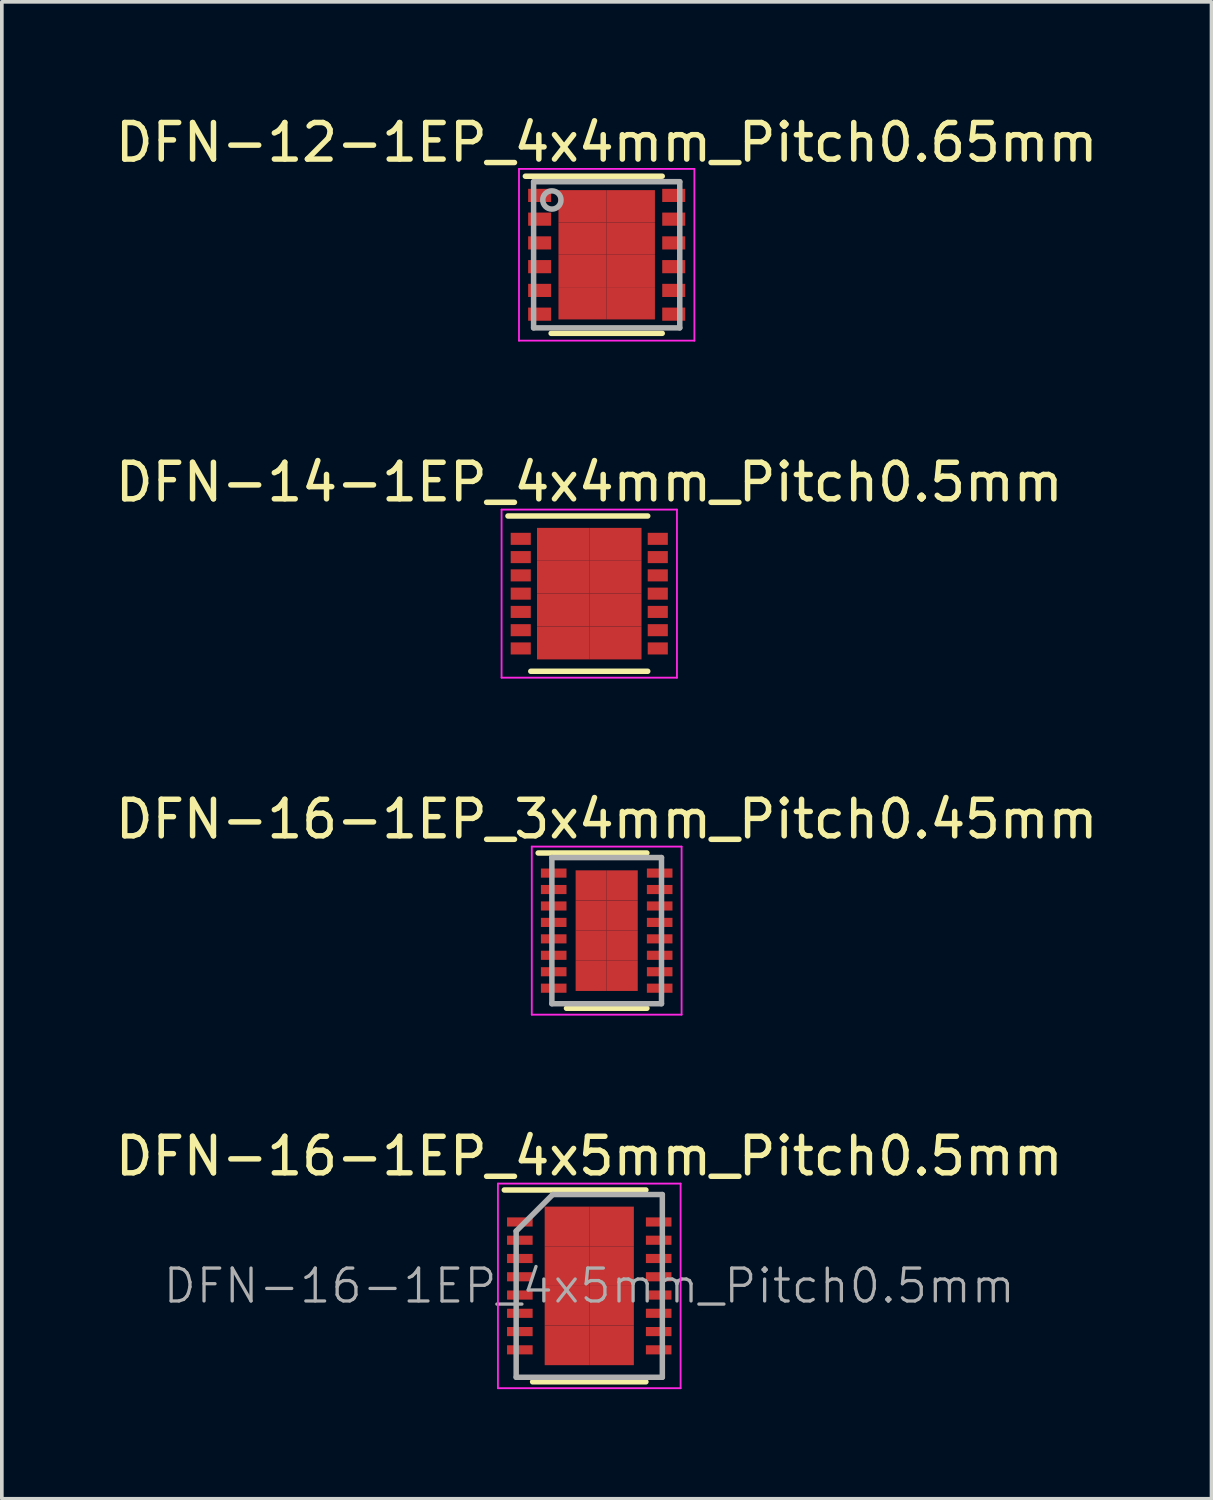
<source format=kicad_pcb>
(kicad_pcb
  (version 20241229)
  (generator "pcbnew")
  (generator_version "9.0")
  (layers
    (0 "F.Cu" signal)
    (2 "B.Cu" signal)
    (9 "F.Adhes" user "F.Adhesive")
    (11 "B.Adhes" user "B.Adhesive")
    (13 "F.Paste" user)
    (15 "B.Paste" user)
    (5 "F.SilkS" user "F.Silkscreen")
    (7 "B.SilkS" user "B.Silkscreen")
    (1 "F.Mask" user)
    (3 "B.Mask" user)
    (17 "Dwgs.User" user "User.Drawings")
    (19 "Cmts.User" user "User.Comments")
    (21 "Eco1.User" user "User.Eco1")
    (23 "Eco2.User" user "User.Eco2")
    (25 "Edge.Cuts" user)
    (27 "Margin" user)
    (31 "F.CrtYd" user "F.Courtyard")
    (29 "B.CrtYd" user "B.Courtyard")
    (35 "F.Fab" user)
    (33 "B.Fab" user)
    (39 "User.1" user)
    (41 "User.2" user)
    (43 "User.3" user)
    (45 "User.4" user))
  (footprint "DFN-14-1EP_4x4mm_Pitch0.5mm"
    (layer "F.Cu")
    (at 13.077 13.197)
    (property "Reference" "DFN-14-1EP_4x4mm_Pitch0.5mm" (at 0 -3.05 0) (layer "F.SilkS") (effects (font (size 1 1) (thickness 0.15))))
    (attr smd)
    (fp_line (start -2.225 -2.125) (end 1.6 -2.125) (stroke (width 0.15) (type solid)) (layer "F.SilkS"))
    (fp_line (start -1.6 2.125) (end 1.6 2.125) (stroke (width 0.15) (type solid)) (layer "F.SilkS"))
    (fp_line (start -2.4 -2.3) (end -2.4 2.3) (stroke (width 0.05) (type solid)) (layer "F.CrtYd"))
    (fp_line (start -2.4 -2.3) (end 2.4 -2.3) (stroke (width 0.05) (type solid)) (layer "F.CrtYd"))
    (fp_line (start -2.4 2.3) (end 2.4 2.3) (stroke (width 0.05) (type solid)) (layer "F.CrtYd"))
    (fp_line (start 2.4 -2.3) (end 2.4 2.3) (stroke (width 0.05) (type solid)) (layer "F.CrtYd"))
    (pad "1" smd rect (at -1.875 -1.5) (size 0.55 0.33) (layers "F.Cu" "F.Mask" "F.Paste"))
    (pad "2" smd rect (at -1.875 -1) (size 0.55 0.33) (layers "F.Cu" "F.Mask" "F.Paste"))
    (pad "3" smd rect (at -1.875 -0.5) (size 0.55 0.33) (layers "F.Cu" "F.Mask" "F.Paste"))
    (pad "4" smd rect (at -1.875 0) (size 0.55 0.33) (layers "F.Cu" "F.Mask" "F.Paste"))
    (pad "5" smd rect (at -1.875 0.5) (size 0.55 0.33) (layers "F.Cu" "F.Mask" "F.Paste"))
    (pad "6" smd rect (at -1.875 1) (size 0.55 0.33) (layers "F.Cu" "F.Mask" "F.Paste"))
    (pad "7" smd rect (at -1.875 1.5) (size 0.55 0.33) (layers "F.Cu" "F.Mask" "F.Paste"))
    (pad "8" smd rect (at 1.875 1.5) (size 0.55 0.33) (layers "F.Cu" "F.Mask" "F.Paste"))
    (pad "9" smd rect (at 1.875 1) (size 0.55 0.33) (layers "F.Cu" "F.Mask" "F.Paste"))
    (pad "10" smd rect (at 1.875 0.5) (size 0.55 0.33) (layers "F.Cu" "F.Mask" "F.Paste"))
    (pad "11" smd rect (at 1.875 0) (size 0.55 0.33) (layers "F.Cu" "F.Mask" "F.Paste"))
    (pad "12" smd rect (at 1.875 -0.5) (size 0.55 0.33) (layers "F.Cu" "F.Mask" "F.Paste"))
    (pad "13" smd rect (at 1.875 -1) (size 0.55 0.33) (layers "F.Cu" "F.Mask" "F.Paste"))
    (pad "14" smd rect (at 1.875 -1.5) (size 0.55 0.33) (layers "F.Cu" "F.Mask" "F.Paste"))
    (pad "15" smd rect (at -0.715 -1.35) (size 1.43 0.9) (layers "F.Cu" "F.Mask" "F.Paste"))
    (pad "15" smd rect (at -0.715 -0.45) (size 1.43 0.9) (layers "F.Cu" "F.Mask" "F.Paste"))
    (pad "15" smd rect (at -0.715 0.45) (size 1.43 0.9) (layers "F.Cu" "F.Mask" "F.Paste"))
    (pad "15" smd rect (at -0.715 1.35) (size 1.43 0.9) (layers "F.Cu" "F.Mask" "F.Paste"))
    (pad "15" smd rect (at 0.715 -1.35) (size 1.43 0.9) (layers "F.Cu" "F.Mask" "F.Paste"))
    (pad "15" smd rect (at 0.715 -0.45) (size 1.43 0.9) (layers "F.Cu" "F.Mask" "F.Paste"))
    (pad "15" smd rect (at 0.715 0.45) (size 1.43 0.9) (layers "F.Cu" "F.Mask" "F.Paste"))
    (pad "15" smd rect (at 0.715 1.35) (size 1.43 0.9) (layers "F.Cu" "F.Mask" "F.Paste")))
  (footprint "DFN-12-1EP_4x4mm_Pitch0.65mm"
    (layer "F.Cu")
    (at 13.554 3.923)
    (property "Reference" "DFN-12-1EP_4x4mm_Pitch0.65mm" (at 0 -3.075 0) (layer "F.SilkS") (effects (font (size 1 1) (thickness 0.15))))
    (attr smd)
    (fp_line (start -2.225 -2.15) (end 1.52 -2.15) (stroke (width 0.15) (type solid)) (layer "F.SilkS"))
    (fp_line (start -1.52 2.15) (end 1.52 2.15) (stroke (width 0.15) (type solid)) (layer "F.SilkS"))
    (fp_line (start -2.4 -2.35) (end -2.4 2.35) (stroke (width 0.05) (type solid)) (layer "F.CrtYd"))
    (fp_line (start -2.4 -2.35) (end 2.4 -2.35) (stroke (width 0.05) (type solid)) (layer "F.CrtYd"))
    (fp_line (start -2.4 2.35) (end 2.4 2.35) (stroke (width 0.05) (type solid)) (layer "F.CrtYd"))
    (fp_line (start 2.4 -2.35) (end 2.4 2.35) (stroke (width 0.05) (type solid)) (layer "F.CrtYd"))
    (fp_line (start -2 -2) (end 2 -2) (stroke (width 0.15) (type solid)) (layer "F.Fab"))
    (fp_line (start -2 2) (end -2 -2) (stroke (width 0.15) (type solid)) (layer "F.Fab"))
    (fp_line (start 2 -2) (end 2 2) (stroke (width 0.15) (type solid)) (layer "F.Fab"))
    (fp_line (start 2 2) (end -2 2) (stroke (width 0.15) (type solid)) (layer "F.Fab"))
    (fp_circle (center -1.5 -1.5) (end -1.75 -1.5) (stroke (width 0.15) (type solid)) (fill no) (layer "F.Fab"))
    (pad "1" smd rect (at -1.835 -1.625) (size 0.63 0.36) (layers "F.Cu" "F.Mask" "F.Paste"))
    (pad "2" smd rect (at -1.835 -0.975) (size 0.63 0.36) (layers "F.Cu" "F.Mask" "F.Paste"))
    (pad "3" smd rect (at -1.835 -0.325) (size 0.63 0.36) (layers "F.Cu" "F.Mask" "F.Paste"))
    (pad "4" smd rect (at -1.835 0.325) (size 0.63 0.36) (layers "F.Cu" "F.Mask" "F.Paste"))
    (pad "5" smd rect (at -1.835 0.975) (size 0.63 0.36) (layers "F.Cu" "F.Mask" "F.Paste"))
    (pad "6" smd rect (at -1.835 1.625) (size 0.63 0.36) (layers "F.Cu" "F.Mask" "F.Paste"))
    (pad "7" smd rect (at 1.835 1.625) (size 0.63 0.36) (layers "F.Cu" "F.Mask" "F.Paste"))
    (pad "8" smd rect (at 1.835 0.975) (size 0.63 0.36) (layers "F.Cu" "F.Mask" "F.Paste"))
    (pad "9" smd rect (at 1.835 0.325) (size 0.63 0.36) (layers "F.Cu" "F.Mask" "F.Paste"))
    (pad "10" smd rect (at 1.835 -0.325) (size 0.63 0.36) (layers "F.Cu" "F.Mask" "F.Paste"))
    (pad "11" smd rect (at 1.835 -0.975) (size 0.63 0.36) (layers "F.Cu" "F.Mask" "F.Paste"))
    (pad "12" smd rect (at 1.835 -1.625) (size 0.63 0.36) (layers "F.Cu" "F.Mask" "F.Paste"))
    (pad "13" smd rect (at -0.66 -1.327) (size 1.32 0.885) (layers "F.Cu" "F.Mask" "F.Paste"))
    (pad "13" smd rect (at -0.66 -0.443) (size 1.32 0.885) (layers "F.Cu" "F.Mask" "F.Paste"))
    (pad "13" smd rect (at -0.66 0.443) (size 1.32 0.885) (layers "F.Cu" "F.Mask" "F.Paste"))
    (pad "13" smd rect (at -0.66 1.327) (size 1.32 0.885) (layers "F.Cu" "F.Mask" "F.Paste"))
    (pad "13" smd rect (at 0.66 -1.327) (size 1.32 0.885) (layers "F.Cu" "F.Mask" "F.Paste"))
    (pad "13" smd rect (at 0.66 -0.443) (size 1.32 0.885) (layers "F.Cu" "F.Mask" "F.Paste"))
    (pad "13" smd rect (at 0.66 0.443) (size 1.32 0.885) (layers "F.Cu" "F.Mask" "F.Paste"))
    (pad "13" smd rect (at 0.66 1.327) (size 1.32 0.885) (layers "F.Cu" "F.Mask" "F.Paste")))
  (footprint "DFN-16-1EP_3x4mm_Pitch0.45mm"
    (layer "F.Cu")
    (at 13.554 22.42)
    (property "Reference" "DFN-16-1EP_3x4mm_Pitch0.45mm" (at 0 -3.05 0) (layer "F.SilkS") (effects (font (size 1 1) (thickness 0.15))))
    (attr smd)
    (fp_line (start -1.875 -2.125) (end 1.1 -2.125) (stroke (width 0.15) (type solid)) (layer "F.SilkS"))
    (fp_line (start -1.1 2.125) (end 1.1 2.125) (stroke (width 0.15) (type solid)) (layer "F.SilkS"))
    (fp_line (start -2.05 -2.3) (end -2.05 2.3) (stroke (width 0.05) (type solid)) (layer "F.CrtYd"))
    (fp_line (start -2.05 -2.3) (end 2.05 -2.3) (stroke (width 0.05) (type solid)) (layer "F.CrtYd"))
    (fp_line (start -2.05 2.3) (end 2.05 2.3) (stroke (width 0.05) (type solid)) (layer "F.CrtYd"))
    (fp_line (start 2.05 -2.3) (end 2.05 2.3) (stroke (width 0.05) (type solid)) (layer "F.CrtYd"))
    (fp_line (start -1.5 -2) (end 1.5 -2) (stroke (width 0.15) (type solid)) (layer "F.Fab"))
    (fp_line (start -1.5 2) (end -1.5 -2) (stroke (width 0.15) (type solid)) (layer "F.Fab"))
    (fp_line (start 1.5 -2) (end 1.5 2) (stroke (width 0.15) (type solid)) (layer "F.Fab"))
    (fp_line (start 1.5 2) (end -1.5 2) (stroke (width 0.15) (type solid)) (layer "F.Fab"))
    (pad "1" smd rect (at -1.45 -1.575) (size 0.7 0.25) (layers "F.Cu" "F.Mask" "F.Paste"))
    (pad "2" smd rect (at -1.45 -1.125) (size 0.7 0.25) (layers "F.Cu" "F.Mask" "F.Paste"))
    (pad "3" smd rect (at -1.45 -0.675) (size 0.7 0.25) (layers "F.Cu" "F.Mask" "F.Paste"))
    (pad "4" smd rect (at -1.45 -0.225) (size 0.7 0.25) (layers "F.Cu" "F.Mask" "F.Paste"))
    (pad "5" smd rect (at -1.45 0.225) (size 0.7 0.25) (layers "F.Cu" "F.Mask" "F.Paste"))
    (pad "6" smd rect (at -1.45 0.675) (size 0.7 0.25) (layers "F.Cu" "F.Mask" "F.Paste"))
    (pad "7" smd rect (at -1.45 1.125) (size 0.7 0.25) (layers "F.Cu" "F.Mask" "F.Paste"))
    (pad "8" smd rect (at -1.45 1.575) (size 0.7 0.25) (layers "F.Cu" "F.Mask" "F.Paste"))
    (pad "9" smd rect (at 1.45 1.575) (size 0.7 0.25) (layers "F.Cu" "F.Mask" "F.Paste"))
    (pad "10" smd rect (at 1.45 1.125) (size 0.7 0.25) (layers "F.Cu" "F.Mask" "F.Paste"))
    (pad "11" smd rect (at 1.45 0.675) (size 0.7 0.25) (layers "F.Cu" "F.Mask" "F.Paste"))
    (pad "12" smd rect (at 1.45 0.225) (size 0.7 0.25) (layers "F.Cu" "F.Mask" "F.Paste"))
    (pad "13" smd rect (at 1.45 -0.225) (size 0.7 0.25) (layers "F.Cu" "F.Mask" "F.Paste"))
    (pad "14" smd rect (at 1.45 -0.675) (size 0.7 0.25) (layers "F.Cu" "F.Mask" "F.Paste"))
    (pad "15" smd rect (at 1.45 -1.125) (size 0.7 0.25) (layers "F.Cu" "F.Mask" "F.Paste"))
    (pad "16" smd rect (at 1.45 -1.575) (size 0.7 0.25) (layers "F.Cu" "F.Mask" "F.Paste"))
    (pad "17" smd rect (at -0.425 -1.238) (size 0.85 0.825) (layers "F.Cu" "F.Mask" "F.Paste"))
    (pad "17" smd rect (at -0.425 -0.412) (size 0.85 0.825) (layers "F.Cu" "F.Mask" "F.Paste"))
    (pad "17" smd rect (at -0.425 0.412) (size 0.85 0.825) (layers "F.Cu" "F.Mask" "F.Paste"))
    (pad "17" smd rect (at -0.425 1.238) (size 0.85 0.825) (layers "F.Cu" "F.Mask" "F.Paste"))
    (pad "17" smd rect (at 0.425 -1.238) (size 0.85 0.825) (layers "F.Cu" "F.Mask" "F.Paste"))
    (pad "17" smd rect (at 0.425 -0.412) (size 0.85 0.825) (layers "F.Cu" "F.Mask" "F.Paste"))
    (pad "17" smd rect (at 0.425 0.412) (size 0.85 0.825) (layers "F.Cu" "F.Mask" "F.Paste"))
    (pad "17" smd rect (at 0.425 1.238) (size 0.85 0.825) (layers "F.Cu" "F.Mask" "F.Paste")))
  (footprint "DFN-16-1EP_4x5mm_Pitch0.5mm"
    (layer "F.Cu")
    (at 13.077 32.143)
    (property "Reference" "DFN-16-1EP_4x5mm_Pitch0.5mm" (at 0 -3.55 0) (layer "F.SilkS") (effects (font (size 1 1) (thickness 0.15))))
    (attr smd)
    (fp_line (start -2.325 -2.625) (end 1.55 -2.625) (stroke (width 0.15) (type solid)) (layer "F.SilkS"))
    (fp_line (start -1.55 2.625) (end 1.55 2.625) (stroke (width 0.15) (type solid)) (layer "F.SilkS"))
    (fp_line (start -2.5 -2.8) (end -2.5 2.8) (stroke (width 0.05) (type solid)) (layer "F.CrtYd"))
    (fp_line (start -2.5 -2.8) (end 2.5 -2.8) (stroke (width 0.05) (type solid)) (layer "F.CrtYd"))
    (fp_line (start -2.5 2.8) (end 2.5 2.8) (stroke (width 0.05) (type solid)) (layer "F.CrtYd"))
    (fp_line (start 2.5 -2.8) (end 2.5 2.8) (stroke (width 0.05) (type solid)) (layer "F.CrtYd"))
    (fp_line (start -2 -1.5) (end -1 -2.5) (stroke (width 0.15) (type solid)) (layer "F.Fab"))
    (fp_line (start -2 2.5) (end -2 -1.5) (stroke (width 0.15) (type solid)) (layer "F.Fab"))
    (fp_line (start -1 -2.5) (end 2 -2.5) (stroke (width 0.15) (type solid)) (layer "F.Fab"))
    (fp_line (start 2 -2.5) (end 2 2.5) (stroke (width 0.15) (type solid)) (layer "F.Fab"))
    (fp_line (start 2 2.5) (end -2 2.5) (stroke (width 0.15) (type solid)) (layer "F.Fab"))
    (fp_text user "${REFERENCE}" (at 0 0 0) (layer "F.Fab") (effects (font (size 0.9 0.9) (thickness 0.09))))
    (pad "1" smd rect (at -1.9 -1.75) (size 0.7 0.25) (layers "F.Cu" "F.Mask" "F.Paste"))
    (pad "2" smd rect (at -1.9 -1.25) (size 0.7 0.25) (layers "F.Cu" "F.Mask" "F.Paste"))
    (pad "3" smd rect (at -1.9 -0.75) (size 0.7 0.25) (layers "F.Cu" "F.Mask" "F.Paste"))
    (pad "4" smd rect (at -1.9 -0.25) (size 0.7 0.25) (layers "F.Cu" "F.Mask" "F.Paste"))
    (pad "5" smd rect (at -1.9 0.25) (size 0.7 0.25) (layers "F.Cu" "F.Mask" "F.Paste"))
    (pad "6" smd rect (at -1.9 0.75) (size 0.7 0.25) (layers "F.Cu" "F.Mask" "F.Paste"))
    (pad "7" smd rect (at -1.9 1.25) (size 0.7 0.25) (layers "F.Cu" "F.Mask" "F.Paste"))
    (pad "8" smd rect (at -1.9 1.75) (size 0.7 0.25) (layers "F.Cu" "F.Mask" "F.Paste"))
    (pad "9" smd rect (at 1.9 1.75) (size 0.7 0.25) (layers "F.Cu" "F.Mask" "F.Paste"))
    (pad "10" smd rect (at 1.9 1.25) (size 0.7 0.25) (layers "F.Cu" "F.Mask" "F.Paste"))
    (pad "11" smd rect (at 1.9 0.75) (size 0.7 0.25) (layers "F.Cu" "F.Mask" "F.Paste"))
    (pad "12" smd rect (at 1.9 0.25) (size 0.7 0.25) (layers "F.Cu" "F.Mask" "F.Paste"))
    (pad "13" smd rect (at 1.9 -0.25) (size 0.7 0.25) (layers "F.Cu" "F.Mask" "F.Paste"))
    (pad "14" smd rect (at 1.9 -0.75) (size 0.7 0.25) (layers "F.Cu" "F.Mask" "F.Paste"))
    (pad "15" smd rect (at 1.9 -1.25) (size 0.7 0.25) (layers "F.Cu" "F.Mask" "F.Paste"))
    (pad "16" smd rect (at 1.9 -1.75) (size 0.7 0.25) (layers "F.Cu" "F.Mask" "F.Paste"))
    (pad "17" smd rect (at -0.61 -1.627) (size 1.22 1.085) (layers "F.Cu" "F.Mask" "F.Paste"))
    (pad "17" smd rect (at -0.61 -0.542) (size 1.22 1.085) (layers "F.Cu" "F.Mask" "F.Paste"))
    (pad "17" smd rect (at -0.61 0.542) (size 1.22 1.085) (layers "F.Cu" "F.Mask" "F.Paste"))
    (pad "17" smd rect (at -0.61 1.627) (size 1.22 1.085) (layers "F.Cu" "F.Mask" "F.Paste"))
    (pad "17" smd rect (at 0.61 -1.627) (size 1.22 1.085) (layers "F.Cu" "F.Mask" "F.Paste"))
    (pad "17" smd rect (at 0.61 -0.542) (size 1.22 1.085) (layers "F.Cu" "F.Mask" "F.Paste"))
    (pad "17" smd rect (at 0.61 0.542) (size 1.22 1.085) (layers "F.Cu" "F.Mask" "F.Paste"))
    (pad "17" smd rect (at 0.61 1.627) (size 1.22 1.085) (layers "F.Cu" "F.Mask" "F.Paste")))
  (gr_rect
    (start -3 -3)
    (end 30.107 37.968)
    (stroke (width 0.1) (type default))
    (fill no)
    (layer "Edge.Cuts")))
</source>
